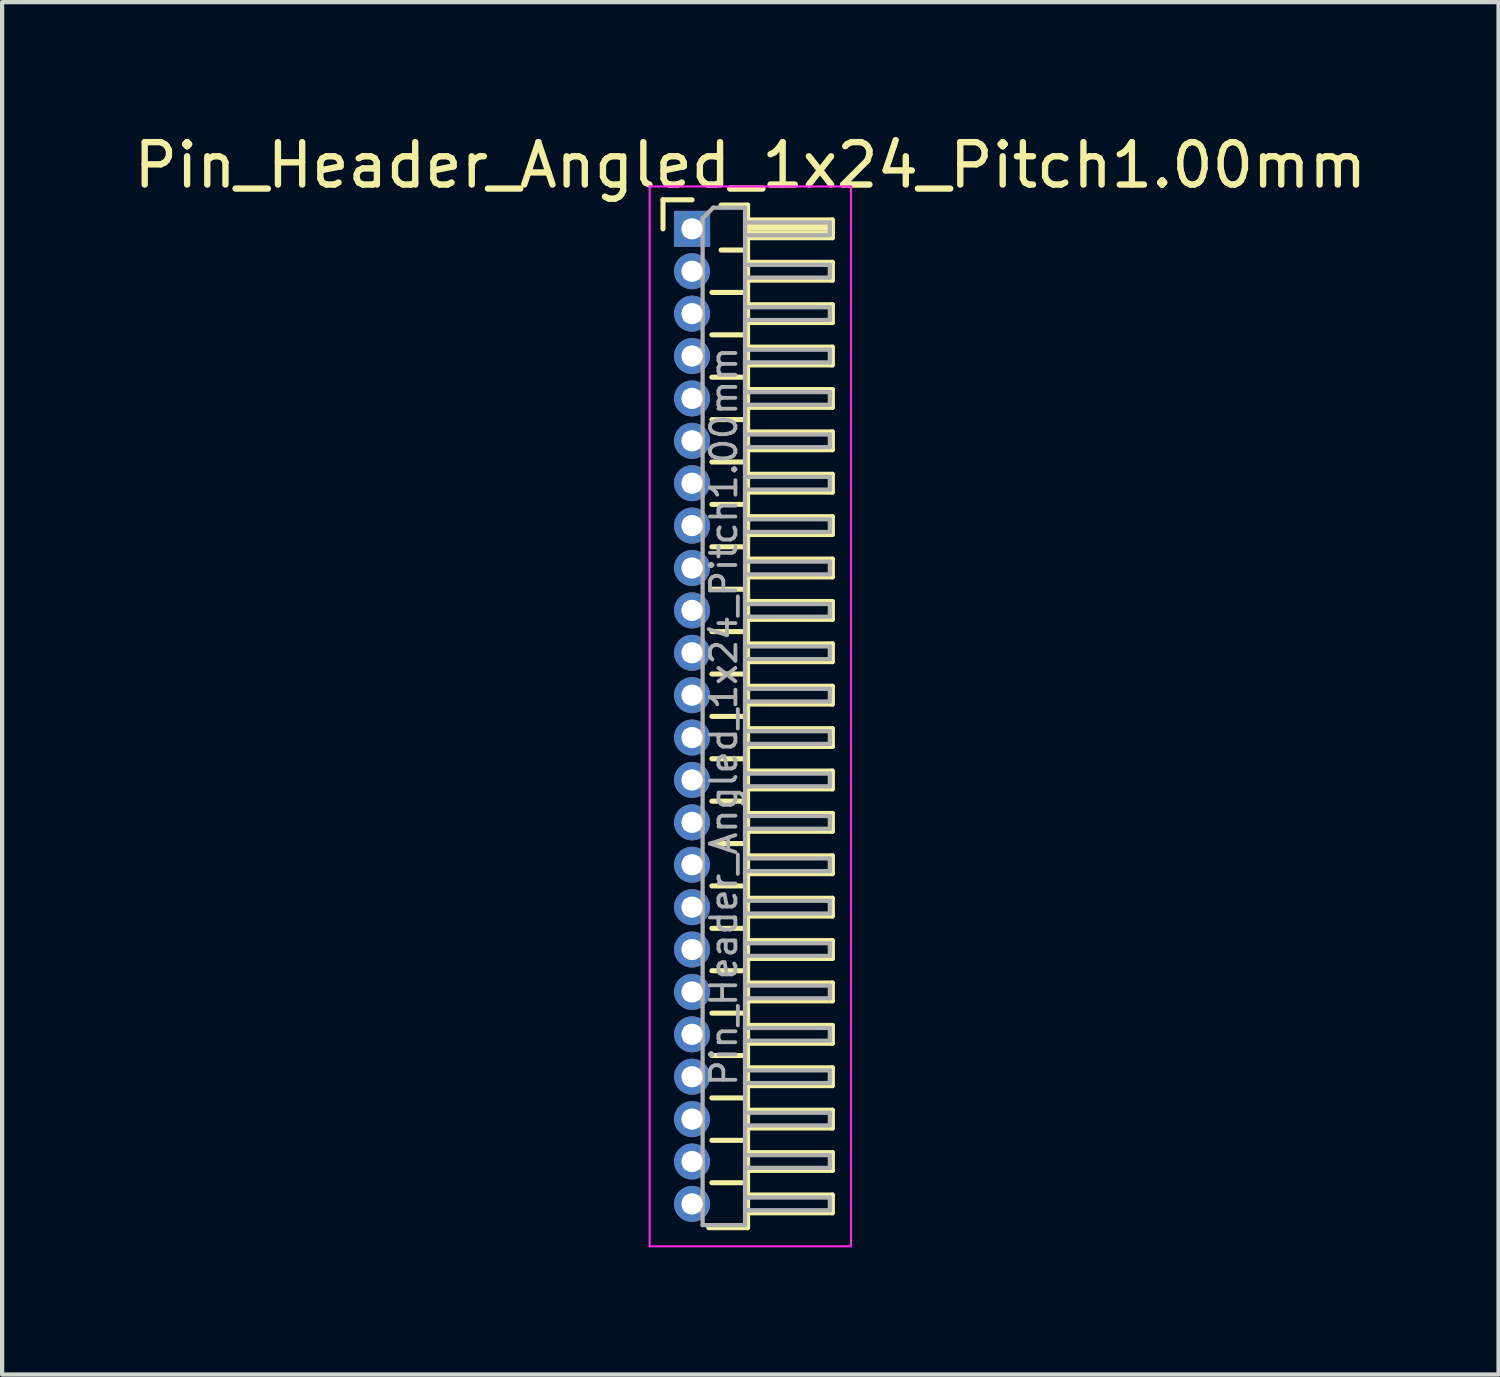
<source format=kicad_pcb>
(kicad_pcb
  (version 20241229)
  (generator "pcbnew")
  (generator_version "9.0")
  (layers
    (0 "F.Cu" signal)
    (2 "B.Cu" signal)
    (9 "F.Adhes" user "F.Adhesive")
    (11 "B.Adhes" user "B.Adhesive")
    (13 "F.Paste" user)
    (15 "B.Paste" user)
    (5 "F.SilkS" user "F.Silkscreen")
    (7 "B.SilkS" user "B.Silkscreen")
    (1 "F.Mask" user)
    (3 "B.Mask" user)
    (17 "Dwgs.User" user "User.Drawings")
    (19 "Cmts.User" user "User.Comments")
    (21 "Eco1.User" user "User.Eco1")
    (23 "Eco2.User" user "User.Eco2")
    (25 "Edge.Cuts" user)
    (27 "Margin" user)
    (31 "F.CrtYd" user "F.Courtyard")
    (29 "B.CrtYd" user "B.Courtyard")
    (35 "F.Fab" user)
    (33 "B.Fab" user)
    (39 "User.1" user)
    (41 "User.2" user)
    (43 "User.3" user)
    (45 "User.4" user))
  (footprint "Pin_Header_Angled_1x24_Pitch1.00mm"
    (layer "F.Cu")
    (at 13.274 2.348)
    (property "Reference" "Pin_Header_Angled_1x24_Pitch1.00mm" (at 1.375 -1.5 0) (layer "F.SilkS") (effects (font (size 1 1) (thickness 0.15))))
    (attr through_hole)
    (fp_line (start -0.685 -0.685) (end 0 -0.685) (stroke (width 0.12) (type solid)) (layer "F.SilkS"))
    (fp_line (start -0.685 0) (end -0.685 -0.685) (stroke (width 0.12) (type solid)) (layer "F.SilkS"))
    (fp_line (start 0.468 1.5) (end 1.31 1.5) (stroke (width 0.12) (type solid)) (layer "F.SilkS"))
    (fp_line (start 0.468 2.5) (end 1.31 2.5) (stroke (width 0.12) (type solid)) (layer "F.SilkS"))
    (fp_line (start 0.468 3.5) (end 1.31 3.5) (stroke (width 0.12) (type solid)) (layer "F.SilkS"))
    (fp_line (start 0.468 4.5) (end 1.31 4.5) (stroke (width 0.12) (type solid)) (layer "F.SilkS"))
    (fp_line (start 0.468 5.5) (end 1.31 5.5) (stroke (width 0.12) (type solid)) (layer "F.SilkS"))
    (fp_line (start 0.468 6.5) (end 1.31 6.5) (stroke (width 0.12) (type solid)) (layer "F.SilkS"))
    (fp_line (start 0.468 7.5) (end 1.31 7.5) (stroke (width 0.12) (type solid)) (layer "F.SilkS"))
    (fp_line (start 0.468 8.5) (end 1.31 8.5) (stroke (width 0.12) (type solid)) (layer "F.SilkS"))
    (fp_line (start 0.468 9.5) (end 1.31 9.5) (stroke (width 0.12) (type solid)) (layer "F.SilkS"))
    (fp_line (start 0.468 10.5) (end 1.31 10.5) (stroke (width 0.12) (type solid)) (layer "F.SilkS"))
    (fp_line (start 0.468 11.5) (end 1.31 11.5) (stroke (width 0.12) (type solid)) (layer "F.SilkS"))
    (fp_line (start 0.468 12.5) (end 1.31 12.5) (stroke (width 0.12) (type solid)) (layer "F.SilkS"))
    (fp_line (start 0.468 13.5) (end 1.31 13.5) (stroke (width 0.12) (type solid)) (layer "F.SilkS"))
    (fp_line (start 0.468 14.5) (end 1.31 14.5) (stroke (width 0.12) (type solid)) (layer "F.SilkS"))
    (fp_line (start 0.468 15.5) (end 1.31 15.5) (stroke (width 0.12) (type solid)) (layer "F.SilkS"))
    (fp_line (start 0.468 16.5) (end 1.31 16.5) (stroke (width 0.12) (type solid)) (layer "F.SilkS"))
    (fp_line (start 0.468 17.5) (end 1.31 17.5) (stroke (width 0.12) (type solid)) (layer "F.SilkS"))
    (fp_line (start 0.468 18.5) (end 1.31 18.5) (stroke (width 0.12) (type solid)) (layer "F.SilkS"))
    (fp_line (start 0.468 19.5) (end 1.31 19.5) (stroke (width 0.12) (type solid)) (layer "F.SilkS"))
    (fp_line (start 0.468 20.5) (end 1.31 20.5) (stroke (width 0.12) (type solid)) (layer "F.SilkS"))
    (fp_line (start 0.468 21.5) (end 1.31 21.5) (stroke (width 0.12) (type solid)) (layer "F.SilkS"))
    (fp_line (start 0.468 22.5) (end 1.31 22.5) (stroke (width 0.12) (type solid)) (layer "F.SilkS"))
    (fp_line (start 0.685 -0.56) (end 1.31 -0.56) (stroke (width 0.12) (type solid)) (layer "F.SilkS"))
    (fp_line (start 0.685 0.5) (end 1.31 0.5) (stroke (width 0.12) (type solid)) (layer "F.SilkS"))
    (fp_line (start 1.31 -0.56) (end 1.31 23.56) (stroke (width 0.12) (type solid)) (layer "F.SilkS"))
    (fp_line (start 1.31 -0.21) (end 3.31 -0.21) (stroke (width 0.12) (type solid)) (layer "F.SilkS"))
    (fp_line (start 1.31 -0.15) (end 3.31 -0.15) (stroke (width 0.12) (type solid)) (layer "F.SilkS"))
    (fp_line (start 1.31 -0.03) (end 3.31 -0.03) (stroke (width 0.12) (type solid)) (layer "F.SilkS"))
    (fp_line (start 1.31 0.09) (end 3.31 0.09) (stroke (width 0.12) (type solid)) (layer "F.SilkS"))
    (fp_line (start 1.31 0.79) (end 3.31 0.79) (stroke (width 0.12) (type solid)) (layer "F.SilkS"))
    (fp_line (start 1.31 1.79) (end 3.31 1.79) (stroke (width 0.12) (type solid)) (layer "F.SilkS"))
    (fp_line (start 1.31 2.79) (end 3.31 2.79) (stroke (width 0.12) (type solid)) (layer "F.SilkS"))
    (fp_line (start 1.31 3.79) (end 3.31 3.79) (stroke (width 0.12) (type solid)) (layer "F.SilkS"))
    (fp_line (start 1.31 4.79) (end 3.31 4.79) (stroke (width 0.12) (type solid)) (layer "F.SilkS"))
    (fp_line (start 1.31 5.79) (end 3.31 5.79) (stroke (width 0.12) (type solid)) (layer "F.SilkS"))
    (fp_line (start 1.31 6.79) (end 3.31 6.79) (stroke (width 0.12) (type solid)) (layer "F.SilkS"))
    (fp_line (start 1.31 7.79) (end 3.31 7.79) (stroke (width 0.12) (type solid)) (layer "F.SilkS"))
    (fp_line (start 1.31 8.79) (end 3.31 8.79) (stroke (width 0.12) (type solid)) (layer "F.SilkS"))
    (fp_line (start 1.31 9.79) (end 3.31 9.79) (stroke (width 0.12) (type solid)) (layer "F.SilkS"))
    (fp_line (start 1.31 10.79) (end 3.31 10.79) (stroke (width 0.12) (type solid)) (layer "F.SilkS"))
    (fp_line (start 1.31 11.79) (end 3.31 11.79) (stroke (width 0.12) (type solid)) (layer "F.SilkS"))
    (fp_line (start 1.31 12.79) (end 3.31 12.79) (stroke (width 0.12) (type solid)) (layer "F.SilkS"))
    (fp_line (start 1.31 13.79) (end 3.31 13.79) (stroke (width 0.12) (type solid)) (layer "F.SilkS"))
    (fp_line (start 1.31 14.79) (end 3.31 14.79) (stroke (width 0.12) (type solid)) (layer "F.SilkS"))
    (fp_line (start 1.31 15.79) (end 3.31 15.79) (stroke (width 0.12) (type solid)) (layer "F.SilkS"))
    (fp_line (start 1.31 16.79) (end 3.31 16.79) (stroke (width 0.12) (type solid)) (layer "F.SilkS"))
    (fp_line (start 1.31 17.79) (end 3.31 17.79) (stroke (width 0.12) (type solid)) (layer "F.SilkS"))
    (fp_line (start 1.31 18.79) (end 3.31 18.79) (stroke (width 0.12) (type solid)) (layer "F.SilkS"))
    (fp_line (start 1.31 19.79) (end 3.31 19.79) (stroke (width 0.12) (type solid)) (layer "F.SilkS"))
    (fp_line (start 1.31 20.79) (end 3.31 20.79) (stroke (width 0.12) (type solid)) (layer "F.SilkS"))
    (fp_line (start 1.31 21.79) (end 3.31 21.79) (stroke (width 0.12) (type solid)) (layer "F.SilkS"))
    (fp_line (start 1.31 22.79) (end 3.31 22.79) (stroke (width 0.12) (type solid)) (layer "F.SilkS"))
    (fp_line (start 1.31 23.56) (end 0.394 23.56) (stroke (width 0.12) (type solid)) (layer "F.SilkS"))
    (fp_line (start 3.31 -0.21) (end 3.31 0.21) (stroke (width 0.12) (type solid)) (layer "F.SilkS"))
    (fp_line (start 3.31 0.21) (end 1.31 0.21) (stroke (width 0.12) (type solid)) (layer "F.SilkS"))
    (fp_line (start 3.31 0.79) (end 3.31 1.21) (stroke (width 0.12) (type solid)) (layer "F.SilkS"))
    (fp_line (start 3.31 1.21) (end 1.31 1.21) (stroke (width 0.12) (type solid)) (layer "F.SilkS"))
    (fp_line (start 3.31 1.79) (end 3.31 2.21) (stroke (width 0.12) (type solid)) (layer "F.SilkS"))
    (fp_line (start 3.31 2.21) (end 1.31 2.21) (stroke (width 0.12) (type solid)) (layer "F.SilkS"))
    (fp_line (start 3.31 2.79) (end 3.31 3.21) (stroke (width 0.12) (type solid)) (layer "F.SilkS"))
    (fp_line (start 3.31 3.21) (end 1.31 3.21) (stroke (width 0.12) (type solid)) (layer "F.SilkS"))
    (fp_line (start 3.31 3.79) (end 3.31 4.21) (stroke (width 0.12) (type solid)) (layer "F.SilkS"))
    (fp_line (start 3.31 4.21) (end 1.31 4.21) (stroke (width 0.12) (type solid)) (layer "F.SilkS"))
    (fp_line (start 3.31 4.79) (end 3.31 5.21) (stroke (width 0.12) (type solid)) (layer "F.SilkS"))
    (fp_line (start 3.31 5.21) (end 1.31 5.21) (stroke (width 0.12) (type solid)) (layer "F.SilkS"))
    (fp_line (start 3.31 5.79) (end 3.31 6.21) (stroke (width 0.12) (type solid)) (layer "F.SilkS"))
    (fp_line (start 3.31 6.21) (end 1.31 6.21) (stroke (width 0.12) (type solid)) (layer "F.SilkS"))
    (fp_line (start 3.31 6.79) (end 3.31 7.21) (stroke (width 0.12) (type solid)) (layer "F.SilkS"))
    (fp_line (start 3.31 7.21) (end 1.31 7.21) (stroke (width 0.12) (type solid)) (layer "F.SilkS"))
    (fp_line (start 3.31 7.79) (end 3.31 8.21) (stroke (width 0.12) (type solid)) (layer "F.SilkS"))
    (fp_line (start 3.31 8.21) (end 1.31 8.21) (stroke (width 0.12) (type solid)) (layer "F.SilkS"))
    (fp_line (start 3.31 8.79) (end 3.31 9.21) (stroke (width 0.12) (type solid)) (layer "F.SilkS"))
    (fp_line (start 3.31 9.21) (end 1.31 9.21) (stroke (width 0.12) (type solid)) (layer "F.SilkS"))
    (fp_line (start 3.31 9.79) (end 3.31 10.21) (stroke (width 0.12) (type solid)) (layer "F.SilkS"))
    (fp_line (start 3.31 10.21) (end 1.31 10.21) (stroke (width 0.12) (type solid)) (layer "F.SilkS"))
    (fp_line (start 3.31 10.79) (end 3.31 11.21) (stroke (width 0.12) (type solid)) (layer "F.SilkS"))
    (fp_line (start 3.31 11.21) (end 1.31 11.21) (stroke (width 0.12) (type solid)) (layer "F.SilkS"))
    (fp_line (start 3.31 11.79) (end 3.31 12.21) (stroke (width 0.12) (type solid)) (layer "F.SilkS"))
    (fp_line (start 3.31 12.21) (end 1.31 12.21) (stroke (width 0.12) (type solid)) (layer "F.SilkS"))
    (fp_line (start 3.31 12.79) (end 3.31 13.21) (stroke (width 0.12) (type solid)) (layer "F.SilkS"))
    (fp_line (start 3.31 13.21) (end 1.31 13.21) (stroke (width 0.12) (type solid)) (layer "F.SilkS"))
    (fp_line (start 3.31 13.79) (end 3.31 14.21) (stroke (width 0.12) (type solid)) (layer "F.SilkS"))
    (fp_line (start 3.31 14.21) (end 1.31 14.21) (stroke (width 0.12) (type solid)) (layer "F.SilkS"))
    (fp_line (start 3.31 14.79) (end 3.31 15.21) (stroke (width 0.12) (type solid)) (layer "F.SilkS"))
    (fp_line (start 3.31 15.21) (end 1.31 15.21) (stroke (width 0.12) (type solid)) (layer "F.SilkS"))
    (fp_line (start 3.31 15.79) (end 3.31 16.21) (stroke (width 0.12) (type solid)) (layer "F.SilkS"))
    (fp_line (start 3.31 16.21) (end 1.31 16.21) (stroke (width 0.12) (type solid)) (layer "F.SilkS"))
    (fp_line (start 3.31 16.79) (end 3.31 17.21) (stroke (width 0.12) (type solid)) (layer "F.SilkS"))
    (fp_line (start 3.31 17.21) (end 1.31 17.21) (stroke (width 0.12) (type solid)) (layer "F.SilkS"))
    (fp_line (start 3.31 17.79) (end 3.31 18.21) (stroke (width 0.12) (type solid)) (layer "F.SilkS"))
    (fp_line (start 3.31 18.21) (end 1.31 18.21) (stroke (width 0.12) (type solid)) (layer "F.SilkS"))
    (fp_line (start 3.31 18.79) (end 3.31 19.21) (stroke (width 0.12) (type solid)) (layer "F.SilkS"))
    (fp_line (start 3.31 19.21) (end 1.31 19.21) (stroke (width 0.12) (type solid)) (layer "F.SilkS"))
    (fp_line (start 3.31 19.79) (end 3.31 20.21) (stroke (width 0.12) (type solid)) (layer "F.SilkS"))
    (fp_line (start 3.31 20.21) (end 1.31 20.21) (stroke (width 0.12) (type solid)) (layer "F.SilkS"))
    (fp_line (start 3.31 20.79) (end 3.31 21.21) (stroke (width 0.12) (type solid)) (layer "F.SilkS"))
    (fp_line (start 3.31 21.21) (end 1.31 21.21) (stroke (width 0.12) (type solid)) (layer "F.SilkS"))
    (fp_line (start 3.31 21.79) (end 3.31 22.21) (stroke (width 0.12) (type solid)) (layer "F.SilkS"))
    (fp_line (start 3.31 22.21) (end 1.31 22.21) (stroke (width 0.12) (type solid)) (layer "F.SilkS"))
    (fp_line (start 3.31 22.79) (end 3.31 23.21) (stroke (width 0.12) (type solid)) (layer "F.SilkS"))
    (fp_line (start 3.31 23.21) (end 1.31 23.21) (stroke (width 0.12) (type solid)) (layer "F.SilkS"))
    (fp_line (start -1 -1) (end -1 24) (stroke (width 0.05) (type solid)) (layer "F.CrtYd"))
    (fp_line (start -1 24) (end 3.75 24) (stroke (width 0.05) (type solid)) (layer "F.CrtYd"))
    (fp_line (start 3.75 -1) (end -1 -1) (stroke (width 0.05) (type solid)) (layer "F.CrtYd"))
    (fp_line (start 3.75 24) (end 3.75 -1) (stroke (width 0.05) (type solid)) (layer "F.CrtYd"))
    (fp_line (start -0.15 -0.15) (end -0.15 0.15) (stroke (width 0.1) (type solid)) (layer "F.Fab"))
    (fp_line (start -0.15 -0.15) (end 0.25 -0.15) (stroke (width 0.1) (type solid)) (layer "F.Fab"))
    (fp_line (start -0.15 0.15) (end 0.25 0.15) (stroke (width 0.1) (type solid)) (layer "F.Fab"))
    (fp_line (start -0.15 0.85) (end -0.15 1.15) (stroke (width 0.1) (type solid)) (layer "F.Fab"))
    (fp_line (start -0.15 0.85) (end 0.25 0.85) (stroke (width 0.1) (type solid)) (layer "F.Fab"))
    (fp_line (start -0.15 1.15) (end 0.25 1.15) (stroke (width 0.1) (type solid)) (layer "F.Fab"))
    (fp_line (start -0.15 1.85) (end -0.15 2.15) (stroke (width 0.1) (type solid)) (layer "F.Fab"))
    (fp_line (start -0.15 1.85) (end 0.25 1.85) (stroke (width 0.1) (type solid)) (layer "F.Fab"))
    (fp_line (start -0.15 2.15) (end 0.25 2.15) (stroke (width 0.1) (type solid)) (layer "F.Fab"))
    (fp_line (start -0.15 2.85) (end -0.15 3.15) (stroke (width 0.1) (type solid)) (layer "F.Fab"))
    (fp_line (start -0.15 2.85) (end 0.25 2.85) (stroke (width 0.1) (type solid)) (layer "F.Fab"))
    (fp_line (start -0.15 3.15) (end 0.25 3.15) (stroke (width 0.1) (type solid)) (layer "F.Fab"))
    (fp_line (start -0.15 3.85) (end -0.15 4.15) (stroke (width 0.1) (type solid)) (layer "F.Fab"))
    (fp_line (start -0.15 3.85) (end 0.25 3.85) (stroke (width 0.1) (type solid)) (layer "F.Fab"))
    (fp_line (start -0.15 4.15) (end 0.25 4.15) (stroke (width 0.1) (type solid)) (layer "F.Fab"))
    (fp_line (start -0.15 4.85) (end -0.15 5.15) (stroke (width 0.1) (type solid)) (layer "F.Fab"))
    (fp_line (start -0.15 4.85) (end 0.25 4.85) (stroke (width 0.1) (type solid)) (layer "F.Fab"))
    (fp_line (start -0.15 5.15) (end 0.25 5.15) (stroke (width 0.1) (type solid)) (layer "F.Fab"))
    (fp_line (start -0.15 5.85) (end -0.15 6.15) (stroke (width 0.1) (type solid)) (layer "F.Fab"))
    (fp_line (start -0.15 5.85) (end 0.25 5.85) (stroke (width 0.1) (type solid)) (layer "F.Fab"))
    (fp_line (start -0.15 6.15) (end 0.25 6.15) (stroke (width 0.1) (type solid)) (layer "F.Fab"))
    (fp_line (start -0.15 6.85) (end -0.15 7.15) (stroke (width 0.1) (type solid)) (layer "F.Fab"))
    (fp_line (start -0.15 6.85) (end 0.25 6.85) (stroke (width 0.1) (type solid)) (layer "F.Fab"))
    (fp_line (start -0.15 7.15) (end 0.25 7.15) (stroke (width 0.1) (type solid)) (layer "F.Fab"))
    (fp_line (start -0.15 7.85) (end -0.15 8.15) (stroke (width 0.1) (type solid)) (layer "F.Fab"))
    (fp_line (start -0.15 7.85) (end 0.25 7.85) (stroke (width 0.1) (type solid)) (layer "F.Fab"))
    (fp_line (start -0.15 8.15) (end 0.25 8.15) (stroke (width 0.1) (type solid)) (layer "F.Fab"))
    (fp_line (start -0.15 8.85) (end -0.15 9.15) (stroke (width 0.1) (type solid)) (layer "F.Fab"))
    (fp_line (start -0.15 8.85) (end 0.25 8.85) (stroke (width 0.1) (type solid)) (layer "F.Fab"))
    (fp_line (start -0.15 9.15) (end 0.25 9.15) (stroke (width 0.1) (type solid)) (layer "F.Fab"))
    (fp_line (start -0.15 9.85) (end -0.15 10.15) (stroke (width 0.1) (type solid)) (layer "F.Fab"))
    (fp_line (start -0.15 9.85) (end 0.25 9.85) (stroke (width 0.1) (type solid)) (layer "F.Fab"))
    (fp_line (start -0.15 10.15) (end 0.25 10.15) (stroke (width 0.1) (type solid)) (layer "F.Fab"))
    (fp_line (start -0.15 10.85) (end -0.15 11.15) (stroke (width 0.1) (type solid)) (layer "F.Fab"))
    (fp_line (start -0.15 10.85) (end 0.25 10.85) (stroke (width 0.1) (type solid)) (layer "F.Fab"))
    (fp_line (start -0.15 11.15) (end 0.25 11.15) (stroke (width 0.1) (type solid)) (layer "F.Fab"))
    (fp_line (start -0.15 11.85) (end -0.15 12.15) (stroke (width 0.1) (type solid)) (layer "F.Fab"))
    (fp_line (start -0.15 11.85) (end 0.25 11.85) (stroke (width 0.1) (type solid)) (layer "F.Fab"))
    (fp_line (start -0.15 12.15) (end 0.25 12.15) (stroke (width 0.1) (type solid)) (layer "F.Fab"))
    (fp_line (start -0.15 12.85) (end -0.15 13.15) (stroke (width 0.1) (type solid)) (layer "F.Fab"))
    (fp_line (start -0.15 12.85) (end 0.25 12.85) (stroke (width 0.1) (type solid)) (layer "F.Fab"))
    (fp_line (start -0.15 13.15) (end 0.25 13.15) (stroke (width 0.1) (type solid)) (layer "F.Fab"))
    (fp_line (start -0.15 13.85) (end -0.15 14.15) (stroke (width 0.1) (type solid)) (layer "F.Fab"))
    (fp_line (start -0.15 13.85) (end 0.25 13.85) (stroke (width 0.1) (type solid)) (layer "F.Fab"))
    (fp_line (start -0.15 14.15) (end 0.25 14.15) (stroke (width 0.1) (type solid)) (layer "F.Fab"))
    (fp_line (start -0.15 14.85) (end -0.15 15.15) (stroke (width 0.1) (type solid)) (layer "F.Fab"))
    (fp_line (start -0.15 14.85) (end 0.25 14.85) (stroke (width 0.1) (type solid)) (layer "F.Fab"))
    (fp_line (start -0.15 15.15) (end 0.25 15.15) (stroke (width 0.1) (type solid)) (layer "F.Fab"))
    (fp_line (start -0.15 15.85) (end -0.15 16.15) (stroke (width 0.1) (type solid)) (layer "F.Fab"))
    (fp_line (start -0.15 15.85) (end 0.25 15.85) (stroke (width 0.1) (type solid)) (layer "F.Fab"))
    (fp_line (start -0.15 16.15) (end 0.25 16.15) (stroke (width 0.1) (type solid)) (layer "F.Fab"))
    (fp_line (start -0.15 16.85) (end -0.15 17.15) (stroke (width 0.1) (type solid)) (layer "F.Fab"))
    (fp_line (start -0.15 16.85) (end 0.25 16.85) (stroke (width 0.1) (type solid)) (layer "F.Fab"))
    (fp_line (start -0.15 17.15) (end 0.25 17.15) (stroke (width 0.1) (type solid)) (layer "F.Fab"))
    (fp_line (start -0.15 17.85) (end -0.15 18.15) (stroke (width 0.1) (type solid)) (layer "F.Fab"))
    (fp_line (start -0.15 17.85) (end 0.25 17.85) (stroke (width 0.1) (type solid)) (layer "F.Fab"))
    (fp_line (start -0.15 18.15) (end 0.25 18.15) (stroke (width 0.1) (type solid)) (layer "F.Fab"))
    (fp_line (start -0.15 18.85) (end -0.15 19.15) (stroke (width 0.1) (type solid)) (layer "F.Fab"))
    (fp_line (start -0.15 18.85) (end 0.25 18.85) (stroke (width 0.1) (type solid)) (layer "F.Fab"))
    (fp_line (start -0.15 19.15) (end 0.25 19.15) (stroke (width 0.1) (type solid)) (layer "F.Fab"))
    (fp_line (start -0.15 19.85) (end -0.15 20.15) (stroke (width 0.1) (type solid)) (layer "F.Fab"))
    (fp_line (start -0.15 19.85) (end 0.25 19.85) (stroke (width 0.1) (type solid)) (layer "F.Fab"))
    (fp_line (start -0.15 20.15) (end 0.25 20.15) (stroke (width 0.1) (type solid)) (layer "F.Fab"))
    (fp_line (start -0.15 20.85) (end -0.15 21.15) (stroke (width 0.1) (type solid)) (layer "F.Fab"))
    (fp_line (start -0.15 20.85) (end 0.25 20.85) (stroke (width 0.1) (type solid)) (layer "F.Fab"))
    (fp_line (start -0.15 21.15) (end 0.25 21.15) (stroke (width 0.1) (type solid)) (layer "F.Fab"))
    (fp_line (start -0.15 21.85) (end -0.15 22.15) (stroke (width 0.1) (type solid)) (layer "F.Fab"))
    (fp_line (start -0.15 21.85) (end 0.25 21.85) (stroke (width 0.1) (type solid)) (layer "F.Fab"))
    (fp_line (start -0.15 22.15) (end 0.25 22.15) (stroke (width 0.1) (type solid)) (layer "F.Fab"))
    (fp_line (start -0.15 22.85) (end -0.15 23.15) (stroke (width 0.1) (type solid)) (layer "F.Fab"))
    (fp_line (start -0.15 22.85) (end 0.25 22.85) (stroke (width 0.1) (type solid)) (layer "F.Fab"))
    (fp_line (start -0.15 23.15) (end 0.25 23.15) (stroke (width 0.1) (type solid)) (layer "F.Fab"))
    (fp_line (start 0.25 -0.25) (end 0.5 -0.5) (stroke (width 0.1) (type solid)) (layer "F.Fab"))
    (fp_line (start 0.25 23.5) (end 0.25 -0.25) (stroke (width 0.1) (type solid)) (layer "F.Fab"))
    (fp_line (start 0.5 -0.5) (end 1.25 -0.5) (stroke (width 0.1) (type solid)) (layer "F.Fab"))
    (fp_line (start 1.25 -0.5) (end 1.25 23.5) (stroke (width 0.1) (type solid)) (layer "F.Fab"))
    (fp_line (start 1.25 -0.15) (end 3.25 -0.15) (stroke (width 0.1) (type solid)) (layer "F.Fab"))
    (fp_line (start 1.25 0.15) (end 3.25 0.15) (stroke (width 0.1) (type solid)) (layer "F.Fab"))
    (fp_line (start 1.25 0.85) (end 3.25 0.85) (stroke (width 0.1) (type solid)) (layer "F.Fab"))
    (fp_line (start 1.25 1.15) (end 3.25 1.15) (stroke (width 0.1) (type solid)) (layer "F.Fab"))
    (fp_line (start 1.25 1.85) (end 3.25 1.85) (stroke (width 0.1) (type solid)) (layer "F.Fab"))
    (fp_line (start 1.25 2.15) (end 3.25 2.15) (stroke (width 0.1) (type solid)) (layer "F.Fab"))
    (fp_line (start 1.25 2.85) (end 3.25 2.85) (stroke (width 0.1) (type solid)) (layer "F.Fab"))
    (fp_line (start 1.25 3.15) (end 3.25 3.15) (stroke (width 0.1) (type solid)) (layer "F.Fab"))
    (fp_line (start 1.25 3.85) (end 3.25 3.85) (stroke (width 0.1) (type solid)) (layer "F.Fab"))
    (fp_line (start 1.25 4.15) (end 3.25 4.15) (stroke (width 0.1) (type solid)) (layer "F.Fab"))
    (fp_line (start 1.25 4.85) (end 3.25 4.85) (stroke (width 0.1) (type solid)) (layer "F.Fab"))
    (fp_line (start 1.25 5.15) (end 3.25 5.15) (stroke (width 0.1) (type solid)) (layer "F.Fab"))
    (fp_line (start 1.25 5.85) (end 3.25 5.85) (stroke (width 0.1) (type solid)) (layer "F.Fab"))
    (fp_line (start 1.25 6.15) (end 3.25 6.15) (stroke (width 0.1) (type solid)) (layer "F.Fab"))
    (fp_line (start 1.25 6.85) (end 3.25 6.85) (stroke (width 0.1) (type solid)) (layer "F.Fab"))
    (fp_line (start 1.25 7.15) (end 3.25 7.15) (stroke (width 0.1) (type solid)) (layer "F.Fab"))
    (fp_line (start 1.25 7.85) (end 3.25 7.85) (stroke (width 0.1) (type solid)) (layer "F.Fab"))
    (fp_line (start 1.25 8.15) (end 3.25 8.15) (stroke (width 0.1) (type solid)) (layer "F.Fab"))
    (fp_line (start 1.25 8.85) (end 3.25 8.85) (stroke (width 0.1) (type solid)) (layer "F.Fab"))
    (fp_line (start 1.25 9.15) (end 3.25 9.15) (stroke (width 0.1) (type solid)) (layer "F.Fab"))
    (fp_line (start 1.25 9.85) (end 3.25 9.85) (stroke (width 0.1) (type solid)) (layer "F.Fab"))
    (fp_line (start 1.25 10.15) (end 3.25 10.15) (stroke (width 0.1) (type solid)) (layer "F.Fab"))
    (fp_line (start 1.25 10.85) (end 3.25 10.85) (stroke (width 0.1) (type solid)) (layer "F.Fab"))
    (fp_line (start 1.25 11.15) (end 3.25 11.15) (stroke (width 0.1) (type solid)) (layer "F.Fab"))
    (fp_line (start 1.25 11.85) (end 3.25 11.85) (stroke (width 0.1) (type solid)) (layer "F.Fab"))
    (fp_line (start 1.25 12.15) (end 3.25 12.15) (stroke (width 0.1) (type solid)) (layer "F.Fab"))
    (fp_line (start 1.25 12.85) (end 3.25 12.85) (stroke (width 0.1) (type solid)) (layer "F.Fab"))
    (fp_line (start 1.25 13.15) (end 3.25 13.15) (stroke (width 0.1) (type solid)) (layer "F.Fab"))
    (fp_line (start 1.25 13.85) (end 3.25 13.85) (stroke (width 0.1) (type solid)) (layer "F.Fab"))
    (fp_line (start 1.25 14.15) (end 3.25 14.15) (stroke (width 0.1) (type solid)) (layer "F.Fab"))
    (fp_line (start 1.25 14.85) (end 3.25 14.85) (stroke (width 0.1) (type solid)) (layer "F.Fab"))
    (fp_line (start 1.25 15.15) (end 3.25 15.15) (stroke (width 0.1) (type solid)) (layer "F.Fab"))
    (fp_line (start 1.25 15.85) (end 3.25 15.85) (stroke (width 0.1) (type solid)) (layer "F.Fab"))
    (fp_line (start 1.25 16.15) (end 3.25 16.15) (stroke (width 0.1) (type solid)) (layer "F.Fab"))
    (fp_line (start 1.25 16.85) (end 3.25 16.85) (stroke (width 0.1) (type solid)) (layer "F.Fab"))
    (fp_line (start 1.25 17.15) (end 3.25 17.15) (stroke (width 0.1) (type solid)) (layer "F.Fab"))
    (fp_line (start 1.25 17.85) (end 3.25 17.85) (stroke (width 0.1) (type solid)) (layer "F.Fab"))
    (fp_line (start 1.25 18.15) (end 3.25 18.15) (stroke (width 0.1) (type solid)) (layer "F.Fab"))
    (fp_line (start 1.25 18.85) (end 3.25 18.85) (stroke (width 0.1) (type solid)) (layer "F.Fab"))
    (fp_line (start 1.25 19.15) (end 3.25 19.15) (stroke (width 0.1) (type solid)) (layer "F.Fab"))
    (fp_line (start 1.25 19.85) (end 3.25 19.85) (stroke (width 0.1) (type solid)) (layer "F.Fab"))
    (fp_line (start 1.25 20.15) (end 3.25 20.15) (stroke (width 0.1) (type solid)) (layer "F.Fab"))
    (fp_line (start 1.25 20.85) (end 3.25 20.85) (stroke (width 0.1) (type solid)) (layer "F.Fab"))
    (fp_line (start 1.25 21.15) (end 3.25 21.15) (stroke (width 0.1) (type solid)) (layer "F.Fab"))
    (fp_line (start 1.25 21.85) (end 3.25 21.85) (stroke (width 0.1) (type solid)) (layer "F.Fab"))
    (fp_line (start 1.25 22.15) (end 3.25 22.15) (stroke (width 0.1) (type solid)) (layer "F.Fab"))
    (fp_line (start 1.25 22.85) (end 3.25 22.85) (stroke (width 0.1) (type solid)) (layer "F.Fab"))
    (fp_line (start 1.25 23.15) (end 3.25 23.15) (stroke (width 0.1) (type solid)) (layer "F.Fab"))
    (fp_line (start 1.25 23.5) (end 0.25 23.5) (stroke (width 0.1) (type solid)) (layer "F.Fab"))
    (fp_line (start 3.25 -0.15) (end 3.25 0.15) (stroke (width 0.1) (type solid)) (layer "F.Fab"))
    (fp_line (start 3.25 0.85) (end 3.25 1.15) (stroke (width 0.1) (type solid)) (layer "F.Fab"))
    (fp_line (start 3.25 1.85) (end 3.25 2.15) (stroke (width 0.1) (type solid)) (layer "F.Fab"))
    (fp_line (start 3.25 2.85) (end 3.25 3.15) (stroke (width 0.1) (type solid)) (layer "F.Fab"))
    (fp_line (start 3.25 3.85) (end 3.25 4.15) (stroke (width 0.1) (type solid)) (layer "F.Fab"))
    (fp_line (start 3.25 4.85) (end 3.25 5.15) (stroke (width 0.1) (type solid)) (layer "F.Fab"))
    (fp_line (start 3.25 5.85) (end 3.25 6.15) (stroke (width 0.1) (type solid)) (layer "F.Fab"))
    (fp_line (start 3.25 6.85) (end 3.25 7.15) (stroke (width 0.1) (type solid)) (layer "F.Fab"))
    (fp_line (start 3.25 7.85) (end 3.25 8.15) (stroke (width 0.1) (type solid)) (layer "F.Fab"))
    (fp_line (start 3.25 8.85) (end 3.25 9.15) (stroke (width 0.1) (type solid)) (layer "F.Fab"))
    (fp_line (start 3.25 9.85) (end 3.25 10.15) (stroke (width 0.1) (type solid)) (layer "F.Fab"))
    (fp_line (start 3.25 10.85) (end 3.25 11.15) (stroke (width 0.1) (type solid)) (layer "F.Fab"))
    (fp_line (start 3.25 11.85) (end 3.25 12.15) (stroke (width 0.1) (type solid)) (layer "F.Fab"))
    (fp_line (start 3.25 12.85) (end 3.25 13.15) (stroke (width 0.1) (type solid)) (layer "F.Fab"))
    (fp_line (start 3.25 13.85) (end 3.25 14.15) (stroke (width 0.1) (type solid)) (layer "F.Fab"))
    (fp_line (start 3.25 14.85) (end 3.25 15.15) (stroke (width 0.1) (type solid)) (layer "F.Fab"))
    (fp_line (start 3.25 15.85) (end 3.25 16.15) (stroke (width 0.1) (type solid)) (layer "F.Fab"))
    (fp_line (start 3.25 16.85) (end 3.25 17.15) (stroke (width 0.1) (type solid)) (layer "F.Fab"))
    (fp_line (start 3.25 17.85) (end 3.25 18.15) (stroke (width 0.1) (type solid)) (layer "F.Fab"))
    (fp_line (start 3.25 18.85) (end 3.25 19.15) (stroke (width 0.1) (type solid)) (layer "F.Fab"))
    (fp_line (start 3.25 19.85) (end 3.25 20.15) (stroke (width 0.1) (type solid)) (layer "F.Fab"))
    (fp_line (start 3.25 20.85) (end 3.25 21.15) (stroke (width 0.1) (type solid)) (layer "F.Fab"))
    (fp_line (start 3.25 21.85) (end 3.25 22.15) (stroke (width 0.1) (type solid)) (layer "F.Fab"))
    (fp_line (start 3.25 22.85) (end 3.25 23.15) (stroke (width 0.1) (type solid)) (layer "F.Fab"))
    (fp_text user "${REFERENCE}" (at 0.75 11.5 90) (layer "F.Fab") (effects (font (size 0.6 0.6) (thickness 0.09))))
    (pad "1" thru_hole rect (at 0 0) (size 0.85 0.85) (drill 0.5) (layers "*.Cu" "*.Mask"))
    (pad "2" thru_hole oval (at 0 1) (size 0.85 0.85) (drill 0.5) (layers "*.Cu" "*.Mask"))
    (pad "3" thru_hole oval (at 0 2) (size 0.85 0.85) (drill 0.5) (layers "*.Cu" "*.Mask"))
    (pad "4" thru_hole oval (at 0 3) (size 0.85 0.85) (drill 0.5) (layers "*.Cu" "*.Mask"))
    (pad "5" thru_hole oval (at 0 4) (size 0.85 0.85) (drill 0.5) (layers "*.Cu" "*.Mask"))
    (pad "6" thru_hole oval (at 0 5) (size 0.85 0.85) (drill 0.5) (layers "*.Cu" "*.Mask"))
    (pad "7" thru_hole oval (at 0 6) (size 0.85 0.85) (drill 0.5) (layers "*.Cu" "*.Mask"))
    (pad "8" thru_hole oval (at 0 7) (size 0.85 0.85) (drill 0.5) (layers "*.Cu" "*.Mask"))
    (pad "9" thru_hole oval (at 0 8) (size 0.85 0.85) (drill 0.5) (layers "*.Cu" "*.Mask"))
    (pad "10" thru_hole oval (at 0 9) (size 0.85 0.85) (drill 0.5) (layers "*.Cu" "*.Mask"))
    (pad "11" thru_hole oval (at 0 10) (size 0.85 0.85) (drill 0.5) (layers "*.Cu" "*.Mask"))
    (pad "12" thru_hole oval (at 0 11) (size 0.85 0.85) (drill 0.5) (layers "*.Cu" "*.Mask"))
    (pad "13" thru_hole oval (at 0 12) (size 0.85 0.85) (drill 0.5) (layers "*.Cu" "*.Mask"))
    (pad "14" thru_hole oval (at 0 13) (size 0.85 0.85) (drill 0.5) (layers "*.Cu" "*.Mask"))
    (pad "15" thru_hole oval (at 0 14) (size 0.85 0.85) (drill 0.5) (layers "*.Cu" "*.Mask"))
    (pad "16" thru_hole oval (at 0 15) (size 0.85 0.85) (drill 0.5) (layers "*.Cu" "*.Mask"))
    (pad "17" thru_hole oval (at 0 16) (size 0.85 0.85) (drill 0.5) (layers "*.Cu" "*.Mask"))
    (pad "18" thru_hole oval (at 0 17) (size 0.85 0.85) (drill 0.5) (layers "*.Cu" "*.Mask"))
    (pad "19" thru_hole oval (at 0 18) (size 0.85 0.85) (drill 0.5) (layers "*.Cu" "*.Mask"))
    (pad "20" thru_hole oval (at 0 19) (size 0.85 0.85) (drill 0.5) (layers "*.Cu" "*.Mask"))
    (pad "21" thru_hole oval (at 0 20) (size 0.85 0.85) (drill 0.5) (layers "*.Cu" "*.Mask"))
    (pad "22" thru_hole oval (at 0 21) (size 0.85 0.85) (drill 0.5) (layers "*.Cu" "*.Mask"))
    (pad "23" thru_hole oval (at 0 22) (size 0.85 0.85) (drill 0.5) (layers "*.Cu" "*.Mask"))
    (pad "24" thru_hole oval (at 0 23) (size 0.85 0.85) (drill 0.5) (layers "*.Cu" "*.Mask")))
  (gr_rect
    (start -3 -3)
    (end 32.298 29.373)
    (stroke (width 0.1) (type default))
    (fill no)
    (layer "Edge.Cuts")))
</source>
